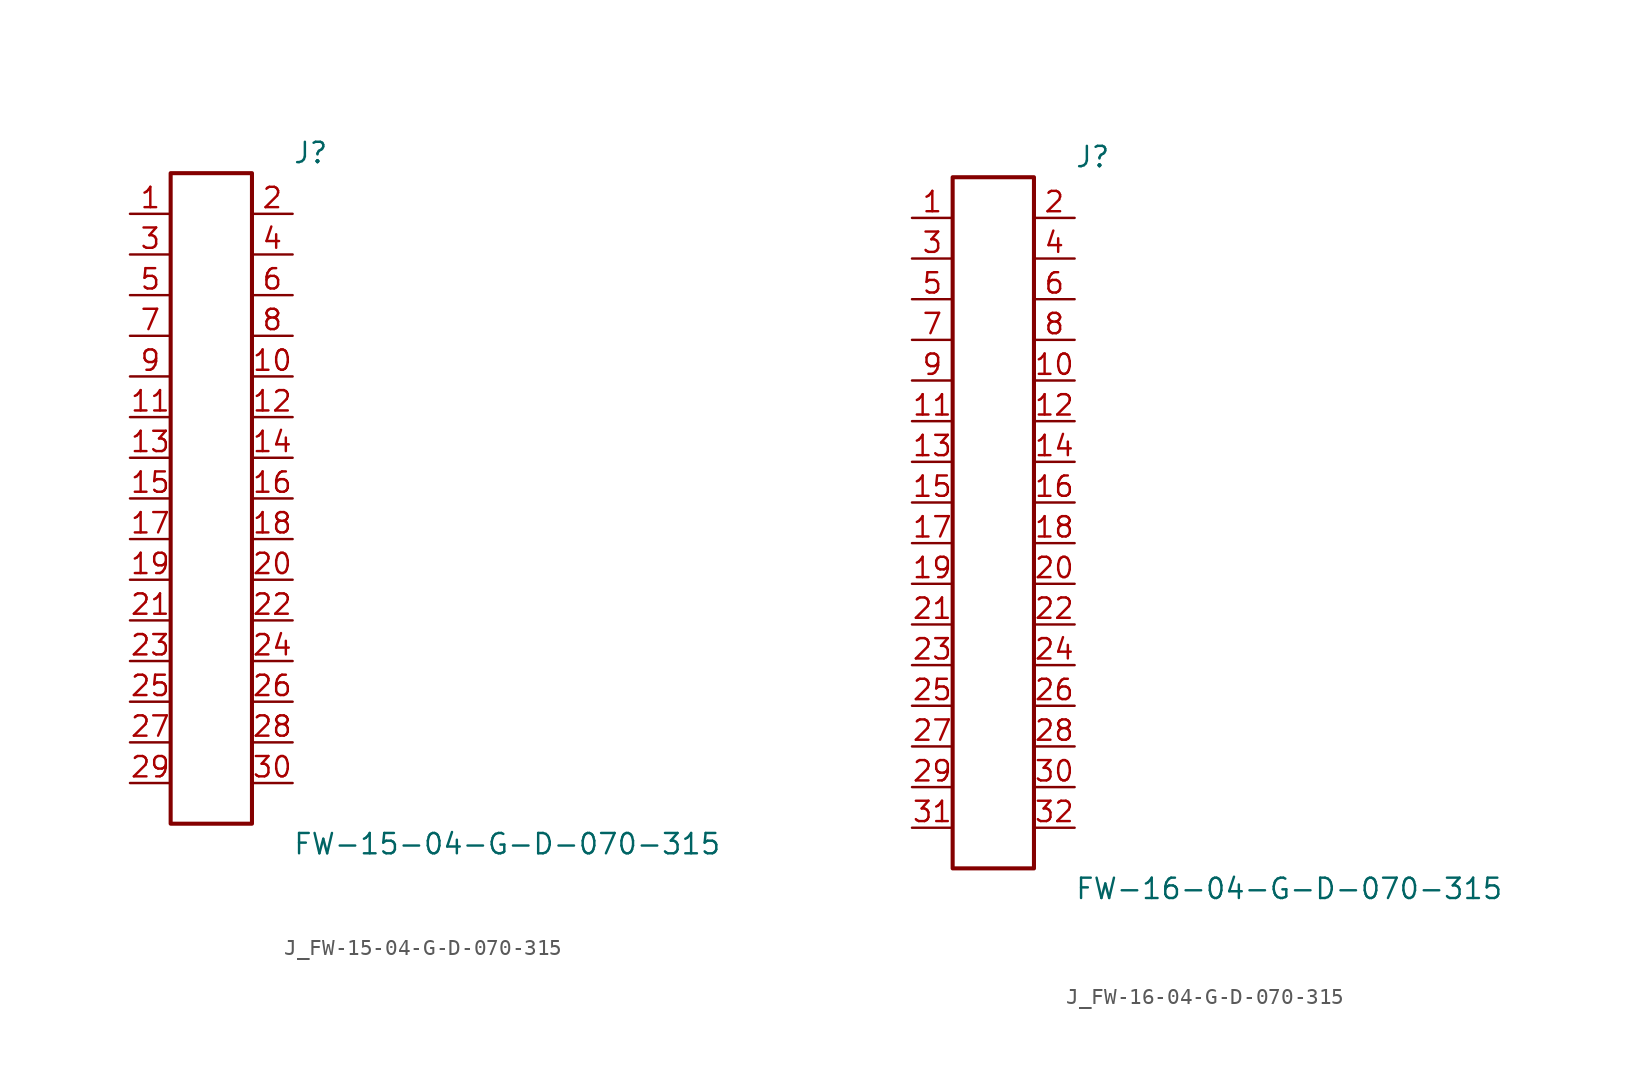
<source format=kicad_sym>
(kicad_symbol_lib
  (version 20231120)
  (generator kicad_symbol_editor)
  (generator_version 8.0)
  (symbol "J_FW-15-04-G-D-070-315"
    (pin_names
      (offset 0.254))
    (property "Reference" "J"
      (at 5.08 21.59 0)
      (effects (font (size 1.27 1.27)) (justify left)))
    (property "Value" "FW-15-04-G-D-070-315"
      (at 5.08 -21.59 0)
      (effects (font (size 1.27 1.27)) (justify left)))
    (symbol "J_FW-15-04-G-D-070-315_0_0"
      (pin passive line (at -5.08 17.78 0) (length 2.54) (name "" (effects (font (size 1.27 1.27)))) (number "1" (effects (font (size 1.27 1.27)))))
      (pin passive line (at 5.08 17.78 180) (length 2.54) (name "" (effects (font (size 1.27 1.27)))) (number "2" (effects (font (size 1.27 1.27)))))
      (pin passive line (at -5.08 15.24 0) (length 2.54) (name "" (effects (font (size 1.27 1.27)))) (number "3" (effects (font (size 1.27 1.27)))))
      (pin passive line (at 5.08 15.24 180) (length 2.54) (name "" (effects (font (size 1.27 1.27)))) (number "4" (effects (font (size 1.27 1.27)))))
      (pin passive line (at -5.08 12.7 0) (length 2.54) (name "" (effects (font (size 1.27 1.27)))) (number "5" (effects (font (size 1.27 1.27)))))
      (pin passive line (at 5.08 12.7 180) (length 2.54) (name "" (effects (font (size 1.27 1.27)))) (number "6" (effects (font (size 1.27 1.27)))))
      (pin passive line (at -5.08 10.16 0) (length 2.54) (name "" (effects (font (size 1.27 1.27)))) (number "7" (effects (font (size 1.27 1.27)))))
      (pin passive line (at 5.08 10.16 180) (length 2.54) (name "" (effects (font (size 1.27 1.27)))) (number "8" (effects (font (size 1.27 1.27)))))
      (pin passive line (at -5.08 7.62 0) (length 2.54) (name "" (effects (font (size 1.27 1.27)))) (number "9" (effects (font (size 1.27 1.27)))))
      (pin passive line (at 5.08 7.62 180) (length 2.54) (name "" (effects (font (size 1.27 1.27)))) (number "10" (effects (font (size 1.27 1.27)))))
      (pin passive line (at -5.08 5.08 0) (length 2.54) (name "" (effects (font (size 1.27 1.27)))) (number "11" (effects (font (size 1.27 1.27)))))
      (pin passive line (at 5.08 5.08 180) (length 2.54) (name "" (effects (font (size 1.27 1.27)))) (number "12" (effects (font (size 1.27 1.27)))))
      (pin passive line (at -5.08 2.54 0) (length 2.54) (name "" (effects (font (size 1.27 1.27)))) (number "13" (effects (font (size 1.27 1.27)))))
      (pin passive line (at 5.08 2.54 180) (length 2.54) (name "" (effects (font (size 1.27 1.27)))) (number "14" (effects (font (size 1.27 1.27)))))
      (pin passive line (at -5.08 0.0 0) (length 2.54) (name "" (effects (font (size 1.27 1.27)))) (number "15" (effects (font (size 1.27 1.27)))))
      (pin passive line (at 5.08 0.0 180) (length 2.54) (name "" (effects (font (size 1.27 1.27)))) (number "16" (effects (font (size 1.27 1.27)))))
      (pin passive line (at -5.08 -2.54 0) (length 2.54) (name "" (effects (font (size 1.27 1.27)))) (number "17" (effects (font (size 1.27 1.27)))))
      (pin passive line (at 5.08 -2.54 180) (length 2.54) (name "" (effects (font (size 1.27 1.27)))) (number "18" (effects (font (size 1.27 1.27)))))
      (pin passive line (at -5.08 -5.08 0) (length 2.54) (name "" (effects (font (size 1.27 1.27)))) (number "19" (effects (font (size 1.27 1.27)))))
      (pin passive line (at 5.08 -5.08 180) (length 2.54) (name "" (effects (font (size 1.27 1.27)))) (number "20" (effects (font (size 1.27 1.27)))))
      (pin passive line (at -5.08 -7.62 0) (length 2.54) (name "" (effects (font (size 1.27 1.27)))) (number "21" (effects (font (size 1.27 1.27)))))
      (pin passive line (at 5.08 -7.62 180) (length 2.54) (name "" (effects (font (size 1.27 1.27)))) (number "22" (effects (font (size 1.27 1.27)))))
      (pin passive line (at -5.08 -10.16 0) (length 2.54) (name "" (effects (font (size 1.27 1.27)))) (number "23" (effects (font (size 1.27 1.27)))))
      (pin passive line (at 5.08 -10.16 180) (length 2.54) (name "" (effects (font (size 1.27 1.27)))) (number "24" (effects (font (size 1.27 1.27)))))
      (pin passive line (at -5.08 -12.7 0) (length 2.54) (name "" (effects (font (size 1.27 1.27)))) (number "25" (effects (font (size 1.27 1.27)))))
      (pin passive line (at 5.08 -12.7 180) (length 2.54) (name "" (effects (font (size 1.27 1.27)))) (number "26" (effects (font (size 1.27 1.27)))))
      (pin passive line (at -5.08 -15.24 0) (length 2.54) (name "" (effects (font (size 1.27 1.27)))) (number "27" (effects (font (size 1.27 1.27)))))
      (pin passive line (at 5.08 -15.24 180) (length 2.54) (name "" (effects (font (size 1.27 1.27)))) (number "28" (effects (font (size 1.27 1.27)))))
      (pin passive line (at -5.08 -17.78 0) (length 2.54) (name "" (effects (font (size 1.27 1.27)))) (number "29" (effects (font (size 1.27 1.27)))))
      (pin passive line (at 5.08 -17.78 180) (length 2.54) (name "" (effects (font (size 1.27 1.27)))) (number "30" (effects (font (size 1.27 1.27))))))
    (symbol "J_FW-15-04-G-D-070-315_1_0"
      (rectangle (start -2.54 20.32) (end 2.54 -20.32) (stroke (width 0.254) (type solid)) (fill (type none)))))
  (symbol "J_FW-16-04-G-D-070-315"
    (pin_names
      (offset 0.254))
    (property "Reference" "J"
      (at 5.08 22.86 0)
      (effects (font (size 1.27 1.27)) (justify left)))
    (property "Value" "FW-16-04-G-D-070-315"
      (at 5.08 -22.86 0)
      (effects (font (size 1.27 1.27)) (justify left)))
    (symbol "J_FW-16-04-G-D-070-315_0_0"
      (pin passive line (at -5.08 19.05 0) (length 2.54) (name "" (effects (font (size 1.27 1.27)))) (number "1" (effects (font (size 1.27 1.27)))))
      (pin passive line (at 5.08 19.05 180) (length 2.54) (name "" (effects (font (size 1.27 1.27)))) (number "2" (effects (font (size 1.27 1.27)))))
      (pin passive line (at -5.08 16.51 0) (length 2.54) (name "" (effects (font (size 1.27 1.27)))) (number "3" (effects (font (size 1.27 1.27)))))
      (pin passive line (at 5.08 16.51 180) (length 2.54) (name "" (effects (font (size 1.27 1.27)))) (number "4" (effects (font (size 1.27 1.27)))))
      (pin passive line (at -5.08 13.97 0) (length 2.54) (name "" (effects (font (size 1.27 1.27)))) (number "5" (effects (font (size 1.27 1.27)))))
      (pin passive line (at 5.08 13.97 180) (length 2.54) (name "" (effects (font (size 1.27 1.27)))) (number "6" (effects (font (size 1.27 1.27)))))
      (pin passive line (at -5.08 11.43 0) (length 2.54) (name "" (effects (font (size 1.27 1.27)))) (number "7" (effects (font (size 1.27 1.27)))))
      (pin passive line (at 5.08 11.43 180) (length 2.54) (name "" (effects (font (size 1.27 1.27)))) (number "8" (effects (font (size 1.27 1.27)))))
      (pin passive line (at -5.08 8.89 0) (length 2.54) (name "" (effects (font (size 1.27 1.27)))) (number "9" (effects (font (size 1.27 1.27)))))
      (pin passive line (at 5.08 8.89 180) (length 2.54) (name "" (effects (font (size 1.27 1.27)))) (number "10" (effects (font (size 1.27 1.27)))))
      (pin passive line (at -5.08 6.35 0) (length 2.54) (name "" (effects (font (size 1.27 1.27)))) (number "11" (effects (font (size 1.27 1.27)))))
      (pin passive line (at 5.08 6.35 180) (length 2.54) (name "" (effects (font (size 1.27 1.27)))) (number "12" (effects (font (size 1.27 1.27)))))
      (pin passive line (at -5.08 3.81 0) (length 2.54) (name "" (effects (font (size 1.27 1.27)))) (number "13" (effects (font (size 1.27 1.27)))))
      (pin passive line (at 5.08 3.81 180) (length 2.54) (name "" (effects (font (size 1.27 1.27)))) (number "14" (effects (font (size 1.27 1.27)))))
      (pin passive line (at -5.08 1.27 0) (length 2.54) (name "" (effects (font (size 1.27 1.27)))) (number "15" (effects (font (size 1.27 1.27)))))
      (pin passive line (at 5.08 1.27 180) (length 2.54) (name "" (effects (font (size 1.27 1.27)))) (number "16" (effects (font (size 1.27 1.27)))))
      (pin passive line (at -5.08 -1.27 0) (length 2.54) (name "" (effects (font (size 1.27 1.27)))) (number "17" (effects (font (size 1.27 1.27)))))
      (pin passive line (at 5.08 -1.27 180) (length 2.54) (name "" (effects (font (size 1.27 1.27)))) (number "18" (effects (font (size 1.27 1.27)))))
      (pin passive line (at -5.08 -3.81 0) (length 2.54) (name "" (effects (font (size 1.27 1.27)))) (number "19" (effects (font (size 1.27 1.27)))))
      (pin passive line (at 5.08 -3.81 180) (length 2.54) (name "" (effects (font (size 1.27 1.27)))) (number "20" (effects (font (size 1.27 1.27)))))
      (pin passive line (at -5.08 -6.35 0) (length 2.54) (name "" (effects (font (size 1.27 1.27)))) (number "21" (effects (font (size 1.27 1.27)))))
      (pin passive line (at 5.08 -6.35 180) (length 2.54) (name "" (effects (font (size 1.27 1.27)))) (number "22" (effects (font (size 1.27 1.27)))))
      (pin passive line (at -5.08 -8.89 0) (length 2.54) (name "" (effects (font (size 1.27 1.27)))) (number "23" (effects (font (size 1.27 1.27)))))
      (pin passive line (at 5.08 -8.89 180) (length 2.54) (name "" (effects (font (size 1.27 1.27)))) (number "24" (effects (font (size 1.27 1.27)))))
      (pin passive line (at -5.08 -11.43 0) (length 2.54) (name "" (effects (font (size 1.27 1.27)))) (number "25" (effects (font (size 1.27 1.27)))))
      (pin passive line (at 5.08 -11.43 180) (length 2.54) (name "" (effects (font (size 1.27 1.27)))) (number "26" (effects (font (size 1.27 1.27)))))
      (pin passive line (at -5.08 -13.97 0) (length 2.54) (name "" (effects (font (size 1.27 1.27)))) (number "27" (effects (font (size 1.27 1.27)))))
      (pin passive line (at 5.08 -13.97 180) (length 2.54) (name "" (effects (font (size 1.27 1.27)))) (number "28" (effects (font (size 1.27 1.27)))))
      (pin passive line (at -5.08 -16.51 0) (length 2.54) (name "" (effects (font (size 1.27 1.27)))) (number "29" (effects (font (size 1.27 1.27)))))
      (pin passive line (at 5.08 -16.51 180) (length 2.54) (name "" (effects (font (size 1.27 1.27)))) (number "30" (effects (font (size 1.27 1.27)))))
      (pin passive line (at -5.08 -19.05 0) (length 2.54) (name "" (effects (font (size 1.27 1.27)))) (number "31" (effects (font (size 1.27 1.27)))))
      (pin passive line (at 5.08 -19.05 180) (length 2.54) (name "" (effects (font (size 1.27 1.27)))) (number "32" (effects (font (size 1.27 1.27))))))
    (symbol "J_FW-16-04-G-D-070-315_1_0"
      (rectangle (start -2.54 21.59) (end 2.54 -21.59) (stroke (width 0.254) (type solid)) (fill (type none))))))
</source>
